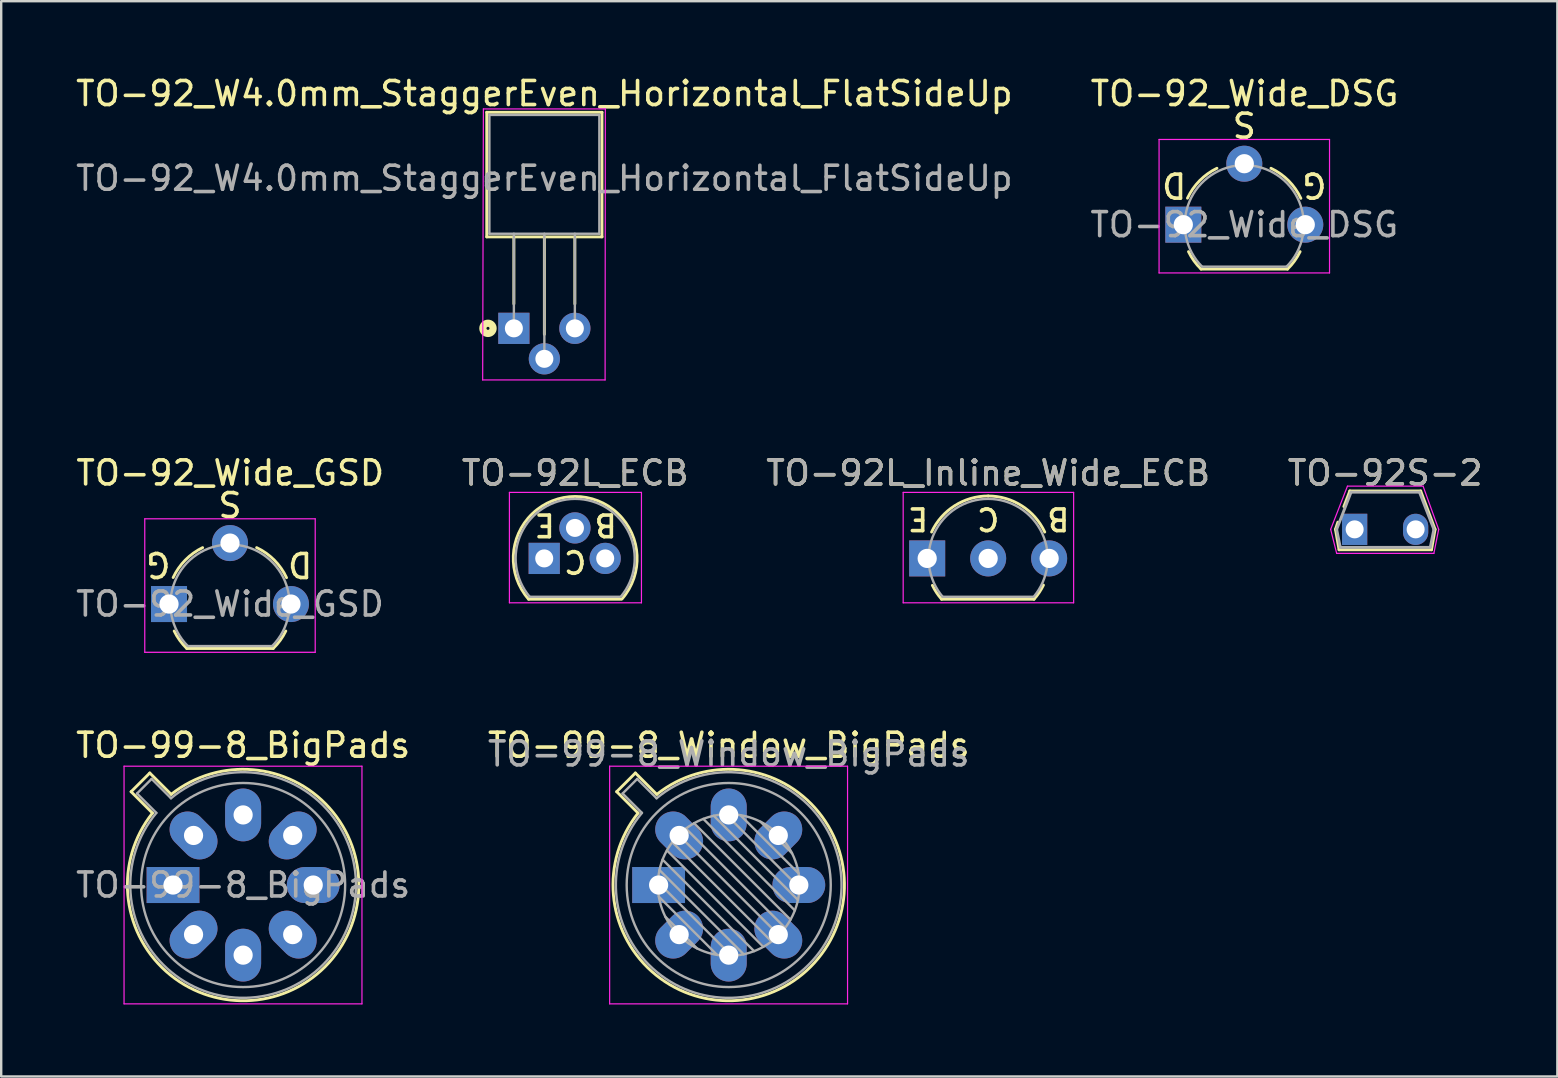
<source format=kicad_pcb>
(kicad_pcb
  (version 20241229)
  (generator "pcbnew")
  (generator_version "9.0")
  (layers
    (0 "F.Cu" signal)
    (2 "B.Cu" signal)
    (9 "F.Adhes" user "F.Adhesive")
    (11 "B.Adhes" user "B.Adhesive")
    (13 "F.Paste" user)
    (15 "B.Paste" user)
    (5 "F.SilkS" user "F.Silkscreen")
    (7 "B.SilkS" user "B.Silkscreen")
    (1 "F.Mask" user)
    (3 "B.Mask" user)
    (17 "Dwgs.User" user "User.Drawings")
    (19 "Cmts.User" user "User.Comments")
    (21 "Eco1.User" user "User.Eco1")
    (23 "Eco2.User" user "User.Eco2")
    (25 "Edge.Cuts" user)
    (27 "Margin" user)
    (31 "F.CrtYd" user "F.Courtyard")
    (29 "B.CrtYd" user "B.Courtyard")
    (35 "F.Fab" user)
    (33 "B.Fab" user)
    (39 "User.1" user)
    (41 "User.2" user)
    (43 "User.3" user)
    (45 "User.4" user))
  (footprint "TO-92_W4.0mm_StaggerEven_Horizontal_FlatSideUp"
    (layer "F.Cu")
    (at 18.355 10.627)
    (property "Reference" "TO-92_W4.0mm_StaggerEven_Horizontal_FlatSideUp" (at 1.27 -9.779 0) (layer "F.SilkS") (effects (font (size 1 1) (thickness 0.15))))
    (attr through_hole)
    (fp_line (start -1.13 -9) (end -1.13 -3.81) (stroke (width 0.12) (type solid)) (layer "F.SilkS"))
    (fp_line (start -1.13 -3.81) (end 3.67 -3.81) (stroke (width 0.12) (type solid)) (layer "F.SilkS"))
    (fp_line (start 0 -1.02) (end 0 -3.81) (stroke (width 0.12) (type solid)) (layer "F.SilkS"))
    (fp_line (start 1.27 0.25) (end 1.27 -3.81) (stroke (width 0.12) (type solid)) (layer "F.SilkS"))
    (fp_line (start 2.54 -1.02) (end 2.54 -3.81) (stroke (width 0.12) (type solid)) (layer "F.SilkS"))
    (fp_line (start 3.67 -9) (end -1.13 -9) (stroke (width 0.12) (type solid)) (layer "F.SilkS"))
    (fp_line (start 3.67 -3.81) (end 3.67 -9) (stroke (width 0.12) (type solid)) (layer "F.SilkS"))
    (fp_circle (center -1.079 0) (end -1.016 0) (stroke (width 0.3) (type solid)) (fill no) (layer "F.SilkS"))
    (fp_line (start -1.27 -9.14) (end -1.3 2.15) (stroke (width 0.05) (type solid)) (layer "F.CrtYd"))
    (fp_line (start -1.27 -9.14) (end 3.81 -9.14) (stroke (width 0.05) (type solid)) (layer "F.CrtYd"))
    (fp_line (start 3.8 2.15) (end -1.3 2.15) (stroke (width 0.05) (type solid)) (layer "F.CrtYd"))
    (fp_line (start 3.8 2.15) (end 3.81 -9.14) (stroke (width 0.05) (type solid)) (layer "F.CrtYd"))
    (fp_line (start -1.02 -8.89) (end -1.02 -3.94) (stroke (width 0.1) (type solid)) (layer "F.Fab"))
    (fp_line (start -1.02 -3.94) (end 3.56 -3.94) (stroke (width 0.1) (type solid)) (layer "F.Fab"))
    (fp_line (start 0 -3.94) (end 0 0) (stroke (width 0.1) (type solid)) (layer "F.Fab"))
    (fp_line (start 1.27 -3.94) (end 1.27 1.27) (stroke (width 0.1) (type solid)) (layer "F.Fab"))
    (fp_line (start 2.54 -3.94) (end 2.54 0) (stroke (width 0.1) (type solid)) (layer "F.Fab"))
    (fp_line (start 3.56 -8.89) (end -1.02 -8.89) (stroke (width 0.1) (type solid)) (layer "F.Fab"))
    (fp_line (start 3.56 -3.94) (end 3.56 -8.89) (stroke (width 0.1) (type solid)) (layer "F.Fab"))
    (fp_text user "${REFERENCE}" (at 1.27 -6.25 0) (layer "F.Fab") (effects (font (size 1 1) (thickness 0.15))))
    (pad "1" thru_hole rect (at 0 0 270) (size 1.3 1.3) (drill 0.75) (layers "*.Cu" "*.Mask"))
    (pad "2" thru_hole circle (at 1.27 1.27 270) (size 1.3 1.3) (drill 0.75) (layers "*.Cu" "*.Mask"))
    (pad "3" thru_hole circle (at 2.54 0 270) (size 1.3 1.3) (drill 0.75) (layers "*.Cu" "*.Mask")))
  (footprint "TO-99-8_Window_BigPads"
    (layer "F.Cu")
    (at 24.384 33.815)
    (property "Reference" "TO-99-8_Window_BigPads" (at 2.92 -5.82 0) (layer "F.SilkS") (effects (font (size 1 1) (thickness 0.15))))
    (attr through_hole)
    (fp_line (start -1.746 -3.888) (end -0.855 -2.997) (stroke (width 0.12) (type solid)) (layer "F.SilkS"))
    (fp_line (start -0.968 -4.666) (end -1.746 -3.888) (stroke (width 0.12) (type solid)) (layer "F.SilkS"))
    (fp_line (start -0.077 -3.775) (end -0.968 -4.666) (stroke (width 0.12) (type solid)) (layer "F.SilkS"))
    (fp_arc (start -0.077084 -3.774902) (mid 6.328125 3.408384) (end -0.854674 -2.997371) (stroke (width 0.12) (type solid)) (layer "F.SilkS"))
    (fp_line (start -2.04 -4.95) (end -2.04 4.95) (stroke (width 0.05) (type solid)) (layer "F.CrtYd"))
    (fp_line (start -2.04 4.95) (end 7.87 4.95) (stroke (width 0.05) (type solid)) (layer "F.CrtYd"))
    (fp_line (start 7.87 -4.95) (end -2.04 -4.95) (stroke (width 0.05) (type solid)) (layer "F.CrtYd"))
    (fp_line (start 7.87 4.95) (end 7.87 -4.95) (stroke (width 0.05) (type solid)) (layer "F.CrtYd"))
    (fp_line (start -1.5 -3.812) (end -0.694 -3.005) (stroke (width 0.1) (type solid)) (layer "F.Fab"))
    (fp_line (start -0.892 -4.42) (end -1.5 -3.812) (stroke (width 0.1) (type solid)) (layer "F.Fab"))
    (fp_line (start -0.085 -3.614) (end -0.892 -4.42) (stroke (width 0.1) (type solid)) (layer "F.Fab"))
    (fp_line (start -0.028 -0.12) (end 3.04 2.948) (stroke (width 0.1) (type solid)) (layer "F.Fab"))
    (fp_line (start 0.009 0.485) (end 2.435 2.911) (stroke (width 0.1) (type solid)) (layer "F.Fab"))
    (fp_line (start 0.036 -0.622) (end 3.542 2.884) (stroke (width 0.1) (type solid)) (layer "F.Fab"))
    (fp_line (start 0.165 -1.058) (end 3.978 2.755) (stroke (width 0.1) (type solid)) (layer "F.Fab"))
    (fp_line (start 0.283 1.324) (end 1.596 2.637) (stroke (width 0.1) (type solid)) (layer "F.Fab"))
    (fp_line (start 0.346 -1.443) (end 4.363 2.574) (stroke (width 0.1) (type solid)) (layer "F.Fab"))
    (fp_line (start 0.57 -1.784) (end 4.704 2.35) (stroke (width 0.1) (type solid)) (layer "F.Fab"))
    (fp_line (start 0.834 -2.086) (end 5.006 2.086) (stroke (width 0.1) (type solid)) (layer "F.Fab"))
    (fp_line (start 1.136 -2.35) (end 5.27 1.784) (stroke (width 0.1) (type solid)) (layer "F.Fab"))
    (fp_line (start 1.477 -2.574) (end 5.494 1.443) (stroke (width 0.1) (type solid)) (layer "F.Fab"))
    (fp_line (start 1.862 -2.755) (end 5.675 1.058) (stroke (width 0.1) (type solid)) (layer "F.Fab"))
    (fp_line (start 2.298 -2.884) (end 5.804 0.622) (stroke (width 0.1) (type solid)) (layer "F.Fab"))
    (fp_line (start 2.8 -2.948) (end 5.868 0.12) (stroke (width 0.1) (type solid)) (layer "F.Fab"))
    (fp_line (start 3.405 -2.911) (end 5.831 -0.485) (stroke (width 0.1) (type solid)) (layer "F.Fab"))
    (fp_line (start 4.244 -2.637) (end 5.557 -1.324) (stroke (width 0.1) (type solid)) (layer "F.Fab"))
    (fp_arc (start -0.085408 -3.61352) (mid 6.243443 3.323361) (end -0.693594 -3.005319) (stroke (width 0.1) (type solid)) (layer "F.Fab"))
    (fp_circle (center 2.92 0) (end 5.87 0) (stroke (width 0.1) (type solid)) (fill no) (layer "F.Fab"))
    (fp_circle (center 2.92 0) (end 7.17 0) (stroke (width 0.1) (type solid)) (fill no) (layer "F.Fab"))
    (fp_text user "${REFERENCE}" (at 2.92 -5.461 0) (layer "F.Fab") (effects (font (size 1 1) (thickness 0.15))))
    (pad "1" thru_hole rect (at 0 0) (size 2.2 1.5) (drill 0.8) (layers "*.Cu" "*.Mask"))
    (pad "2" thru_hole oval (at 0.855 2.065 45) (size 2.2 1.5) (drill 0.8) (layers "*.Cu" "*.Mask"))
    (pad "3" thru_hole oval (at 2.92 2.92) (size 1.5 2.2) (drill 0.8) (layers "*.Cu" "*.Mask"))
    (pad "4" thru_hole oval (at 4.985 2.065 45) (size 1.5 2.2) (drill 0.8) (layers "*.Cu" "*.Mask"))
    (pad "5" thru_hole oval (at 5.84 0) (size 2.2 1.5) (drill 0.8) (layers "*.Cu" "*.Mask"))
    (pad "6" thru_hole oval (at 4.985 -2.065 45) (size 2.2 1.5) (drill 0.8) (layers "*.Cu" "*.Mask"))
    (pad "7" thru_hole oval (at 2.92 -2.92) (size 1.5 2.2) (drill 0.8) (layers "*.Cu" "*.Mask"))
    (pad "8" thru_hole oval (at 0.855 -2.065 45) (size 1.5 2.2) (drill 0.8) (layers "*.Cu" "*.Mask")))
  (footprint "TO-92_Wide_GSD"
    (layer "F.Cu")
    (at 3.99 22.111)
    (property "Reference" "TO-92_Wide_GSD" (at 2.55 -5.461 0) (layer "F.SilkS") (effects (font (size 1 1) (thickness 0.15))))
    (fp_line (start 0.74 1.85) (end 4.34 1.85) (stroke (width 0.12) (type solid)) (layer "F.SilkS"))
    (fp_arc (start 0.172801 -1.103842) (mid 0.678995 -1.832692) (end 1.4 -2.35) (stroke (width 0.12) (type solid)) (layer "F.SilkS"))
    (fp_arc (start 0.74 1.85) (mid 0.446097 1.509328) (end 0.215816 1.122795) (stroke (width 0.12) (type solid)) (layer "F.SilkS"))
    (fp_arc (start 3.65 -2.35) (mid 4.382279 -1.833196) (end 4.895458 -1.098371) (stroke (width 0.12) (type solid)) (layer "F.SilkS"))
    (fp_arc (start 4.864184 1.122795) (mid 4.633903 1.509328) (end 4.34 1.85) (stroke (width 0.12) (type solid)) (layer "F.SilkS"))
    (fp_line (start -1.01 -3.55) (end -1.01 2.01) (stroke (width 0.05) (type solid)) (layer "F.CrtYd"))
    (fp_line (start -1.01 -3.55) (end 6.09 -3.55) (stroke (width 0.05) (type solid)) (layer "F.CrtYd"))
    (fp_line (start 6.09 2.01) (end -1.01 2.01) (stroke (width 0.05) (type solid)) (layer "F.CrtYd"))
    (fp_line (start 6.09 2.01) (end 6.09 -3.55) (stroke (width 0.05) (type solid)) (layer "F.CrtYd"))
    (fp_line (start 0.8 1.75) (end 4.3 1.75) (stroke (width 0.1) (type solid)) (layer "F.Fab"))
    (fp_arc (start 0.786375 1.753625) (mid 0.248779 -0.949055) (end 2.54 -2.48) (stroke (width 0.1) (type solid)) (layer "F.Fab"))
    (fp_arc (start 2.54 -2.48) (mid 4.831221 -0.949055) (end 4.293625 1.753625) (stroke (width 0.1) (type solid)) (layer "F.Fab"))
    (fp_text user "S" (at 2.54 -4.191 180) (unlocked yes) (layer "F.SilkS") (effects (font (size 1 1) (thickness 0.15))))
    (fp_text user "D" (at 5.461 -1.651 180) (unlocked yes) (layer "F.SilkS") (effects (font (size 1 1) (thickness 0.15))))
    (fp_text user "G" (at -0.445 -1.651 180) (unlocked yes) (layer "F.SilkS") (effects (font (size 1 1) (thickness 0.15))))
    (fp_text user "${REFERENCE}" (at 2.54 0 0) (layer "F.Fab") (effects (font (size 1 1) (thickness 0.15))))
    (pad "1" thru_hole rect (at 0 0 90) (size 1.5 1.5) (drill 0.8) (layers "*.Cu" "*.Mask"))
    (pad "2" thru_hole circle (at 2.54 -2.54 90) (size 1.5 1.5) (drill 0.8) (layers "*.Cu" "*.Mask"))
    (pad "3" thru_hole circle (at 5.08 0 90) (size 1.5 1.5) (drill 0.8) (layers "*.Cu" "*.Mask")))
  (footprint "TO-92_Wide_DSG"
    (layer "F.Cu")
    (at 46.24 6.309)
    (property "Reference" "TO-92_Wide_DSG" (at 2.55 -5.461 0) (layer "F.SilkS") (effects (font (size 1 1) (thickness 0.15))))
    (fp_line (start 0.74 1.85) (end 4.34 1.85) (stroke (width 0.12) (type solid)) (layer "F.SilkS"))
    (fp_arc (start 0.172801 -1.103842) (mid 0.678995 -1.832692) (end 1.4 -2.35) (stroke (width 0.12) (type solid)) (layer "F.SilkS"))
    (fp_arc (start 0.74 1.85) (mid 0.446097 1.509328) (end 0.215816 1.122795) (stroke (width 0.12) (type solid)) (layer "F.SilkS"))
    (fp_arc (start 3.65 -2.35) (mid 4.382279 -1.833196) (end 4.895458 -1.098371) (stroke (width 0.12) (type solid)) (layer "F.SilkS"))
    (fp_arc (start 4.864184 1.122795) (mid 4.633903 1.509328) (end 4.34 1.85) (stroke (width 0.12) (type solid)) (layer "F.SilkS"))
    (fp_line (start -1.01 -3.55) (end -1.01 2.01) (stroke (width 0.05) (type solid)) (layer "F.CrtYd"))
    (fp_line (start -1.01 -3.55) (end 6.09 -3.55) (stroke (width 0.05) (type solid)) (layer "F.CrtYd"))
    (fp_line (start 6.09 2.01) (end -1.01 2.01) (stroke (width 0.05) (type solid)) (layer "F.CrtYd"))
    (fp_line (start 6.09 2.01) (end 6.09 -3.55) (stroke (width 0.05) (type solid)) (layer "F.CrtYd"))
    (fp_line (start 0.8 1.75) (end 4.3 1.75) (stroke (width 0.1) (type solid)) (layer "F.Fab"))
    (fp_arc (start 0.786375 1.753625) (mid 0.248779 -0.949055) (end 2.54 -2.48) (stroke (width 0.1) (type solid)) (layer "F.Fab"))
    (fp_arc (start 2.54 -2.48) (mid 4.831221 -0.949055) (end 4.293625 1.753625) (stroke (width 0.1) (type solid)) (layer "F.Fab"))
    (fp_text user "G" (at 5.461 -1.651 180) (unlocked yes) (layer "F.SilkS") (effects (font (size 1 1) (thickness 0.15))))
    (fp_text user "S" (at 2.54 -4.191 180) (unlocked yes) (layer "F.SilkS") (effects (font (size 1 1) (thickness 0.15))))
    (fp_text user "D" (at -0.381 -1.651 180) (unlocked yes) (layer "F.SilkS") (effects (font (size 1 1) (thickness 0.15))))
    (fp_text user "${REFERENCE}" (at 2.54 0 0) (layer "F.Fab") (effects (font (size 1 1) (thickness 0.15))))
    (pad "1" thru_hole rect (at 0 0 90) (size 1.5 1.5) (drill 0.8) (layers "*.Cu" "*.Mask"))
    (pad "2" thru_hole circle (at 2.54 -2.54 90) (size 1.5 1.5) (drill 0.8) (layers "*.Cu" "*.Mask"))
    (pad "3" thru_hole circle (at 5.08 0 90) (size 1.5 1.5) (drill 0.8) (layers "*.Cu" "*.Mask")))
  (footprint "TO-99-8_BigPads"
    (layer "F.Cu")
    (at 4.157 33.815)
    (property "Reference" "TO-99-8_BigPads" (at 2.92 -5.82 0) (layer "F.SilkS") (effects (font (size 1 1) (thickness 0.15))))
    (attr through_hole)
    (fp_line (start -1.746 -3.888) (end -0.855 -2.997) (stroke (width 0.12) (type solid)) (layer "F.SilkS"))
    (fp_line (start -0.968 -4.666) (end -1.746 -3.888) (stroke (width 0.12) (type solid)) (layer "F.SilkS"))
    (fp_line (start -0.077 -3.775) (end -0.968 -4.666) (stroke (width 0.12) (type solid)) (layer "F.SilkS"))
    (fp_arc (start -0.077084 -3.774902) (mid 6.328125 3.408384) (end -0.854674 -2.997371) (stroke (width 0.12) (type solid)) (layer "F.SilkS"))
    (fp_line (start -2.04 -4.95) (end -2.04 4.95) (stroke (width 0.05) (type solid)) (layer "F.CrtYd"))
    (fp_line (start -2.04 4.95) (end 7.87 4.95) (stroke (width 0.05) (type solid)) (layer "F.CrtYd"))
    (fp_line (start 7.87 -4.95) (end -2.04 -4.95) (stroke (width 0.05) (type solid)) (layer "F.CrtYd"))
    (fp_line (start 7.87 4.95) (end 7.87 -4.95) (stroke (width 0.05) (type solid)) (layer "F.CrtYd"))
    (fp_line (start -1.5 -3.812) (end -0.694 -3.005) (stroke (width 0.1) (type solid)) (layer "F.Fab"))
    (fp_line (start -0.892 -4.42) (end -1.5 -3.812) (stroke (width 0.1) (type solid)) (layer "F.Fab"))
    (fp_line (start -0.085 -3.614) (end -0.892 -4.42) (stroke (width 0.1) (type solid)) (layer "F.Fab"))
    (fp_arc (start -0.085408 -3.61352) (mid 6.243443 3.323361) (end -0.693594 -3.005319) (stroke (width 0.1) (type solid)) (layer "F.Fab"))
    (fp_circle (center 2.92 0) (end 7.17 0) (stroke (width 0.1) (type solid)) (fill no) (layer "F.Fab"))
    (fp_text user "${REFERENCE}" (at 2.92 0 0) (layer "F.Fab") (effects (font (size 1 1) (thickness 0.15))))
    (pad "1" thru_hole rect (at 0 0) (size 2.2 1.5) (drill 0.8) (layers "*.Cu" "*.Mask"))
    (pad "2" thru_hole oval (at 0.855 2.065 45) (size 2.2 1.5) (drill 0.8) (layers "*.Cu" "*.Mask"))
    (pad "3" thru_hole oval (at 2.92 2.92) (size 1.5 2.2) (drill 0.8) (layers "*.Cu" "*.Mask"))
    (pad "4" thru_hole oval (at 4.985 2.065 45) (size 1.5 2.2) (drill 0.8) (layers "*.Cu" "*.Mask"))
    (pad "5" thru_hole oval (at 5.84 0) (size 2.2 1.5) (drill 0.8) (layers "*.Cu" "*.Mask"))
    (pad "6" thru_hole oval (at 4.985 -2.065 45) (size 2.2 1.5) (drill 0.8) (layers "*.Cu" "*.Mask"))
    (pad "7" thru_hole oval (at 2.92 -2.92) (size 1.5 2.2) (drill 0.8) (layers "*.Cu" "*.Mask"))
    (pad "8" thru_hole oval (at 0.855 -2.065 45) (size 1.5 2.2) (drill 0.8) (layers "*.Cu" "*.Mask")))
  (footprint "TO-92S-2"
    (layer "F.Cu")
    (at 53.377 19)
    (property "Reference" "TO-92S-2" (at 1.27 -2.35 0) (layer "F.SilkS") (effects (font (size 1 1) (thickness 0.15))))
    (attr through_hole)
    (fp_line (start -0.8 0) (end -0.65 0.85) (stroke (width 0.12) (type solid)) (layer "F.SilkS"))
    (fp_line (start -0.7 -0.3) (end -0.8 0) (stroke (width 0.12) (type solid)) (layer "F.SilkS"))
    (fp_line (start -0.65 0.85) (end 3.2 0.85) (stroke (width 0.12) (type solid)) (layer "F.SilkS"))
    (fp_line (start -0.2 -1.6) (end -0.45 -0.95) (stroke (width 0.12) (type solid)) (layer "F.SilkS"))
    (fp_line (start 2.75 -1.6) (end -0.2 -1.6) (stroke (width 0.12) (type solid)) (layer "F.SilkS"))
    (fp_line (start 3.2 0.85) (end 3.35 0) (stroke (width 0.12) (type solid)) (layer "F.SilkS"))
    (fp_line (start 3.35 0) (end 2.75 -1.6) (stroke (width 0.12) (type solid)) (layer "F.SilkS"))
    (fp_line (start -1 0) (end -0.75 1) (stroke (width 0.05) (type solid)) (layer "F.CrtYd"))
    (fp_line (start -0.75 1) (end 3.3 1) (stroke (width 0.05) (type solid)) (layer "F.CrtYd"))
    (fp_line (start -0.3 -1.8) (end -1 0) (stroke (width 0.05) (type solid)) (layer "F.CrtYd"))
    (fp_line (start 2.85 -1.8) (end -0.3 -1.8) (stroke (width 0.05) (type solid)) (layer "F.CrtYd"))
    (fp_line (start 3.3 1) (end 3.5 0) (stroke (width 0.05) (type solid)) (layer "F.CrtYd"))
    (fp_line (start 3.5 0) (end 2.85 -1.8) (stroke (width 0.05) (type solid)) (layer "F.CrtYd"))
    (fp_line (start -0.75 0) (end -0.15 -1.55) (stroke (width 0.12) (type solid)) (layer "F.Fab"))
    (fp_line (start -0.6 0.75) (end -0.75 0) (stroke (width 0.12) (type solid)) (layer "F.Fab"))
    (fp_line (start -0.6 0.75) (end 3.15 0.75) (stroke (width 0.12) (type solid)) (layer "F.Fab"))
    (fp_line (start -0.15 -1.55) (end 2.7 -1.55) (stroke (width 0.12) (type solid)) (layer "F.Fab"))
    (fp_line (start 3.15 0.75) (end 3.3 0) (stroke (width 0.12) (type solid)) (layer "F.Fab"))
    (fp_line (start 3.3 0) (end 2.7 -1.55) (stroke (width 0.12) (type solid)) (layer "F.Fab"))
    (fp_text user "${REFERENCE}" (at 1.27 -2.35 0) (layer "F.Fab") (effects (font (size 1 1) (thickness 0.15))))
    (pad "1" thru_hole rect (at 0 0 180) (size 1.05 1.3) (drill 0.75) (layers "*.Cu" "*.Mask"))
    (pad "2" thru_hole oval (at 2.54 0 180) (size 1.05 1.3) (drill 0.75) (layers "*.Cu" "*.Mask")))
  (footprint "TO-92L_ECB"
    (layer "F.Cu")
    (at 19.619 20.21)
    (property "Reference" "TO-92L_ECB" (at 1.29 -3.56 0) (layer "F.SilkS") (effects (font (size 1 1) (thickness 0.15))))
    (fp_line (start -0.65 1.7) (end 3.2 1.7) (stroke (width 0.12) (type solid)) (layer "F.SilkS"))
    (fp_arc (start -0.65 1.7) (mid 1.283448 -2.579449) (end 3.238611 1.690122) (stroke (width 0.12) (type solid)) (layer "F.SilkS"))
    (fp_line (start -1.45 -2.75) (end -1.45 1.85) (stroke (width 0.05) (type solid)) (layer "F.CrtYd"))
    (fp_line (start -1.45 -2.75) (end 4.05 -2.75) (stroke (width 0.05) (type solid)) (layer "F.CrtYd"))
    (fp_line (start 4.05 1.85) (end -1.45 1.85) (stroke (width 0.05) (type solid)) (layer "F.CrtYd"))
    (fp_line (start 4.05 1.85) (end 4.05 -2.75) (stroke (width 0.05) (type solid)) (layer "F.CrtYd"))
    (fp_line (start -0.6 1.6) (end 3.15 1.6) (stroke (width 0.1) (type solid)) (layer "F.Fab"))
    (fp_arc (start -0.602818 1.602385) (mid -0.959924 -1.043188) (end 1.29 -2.48) (stroke (width 0.1) (type solid)) (layer "F.Fab"))
    (fp_arc (start 1.29 -2.48) (mid 3.537211 -1.049019) (end 3.191103 1.592547) (stroke (width 0.1) (type solid)) (layer "F.Fab"))
    (fp_text user "B" (at 2.56 -1.397 180) (unlocked yes) (layer "F.SilkS") (effects (font (size 0.9 0.9) (thickness 0.15))))
    (fp_text user "E" (at 0.02 -1.397 180) (unlocked yes) (layer "F.SilkS") (effects (font (size 0.9 0.9) (thickness 0.15))))
    (fp_text user "C" (at 1.29 0.127 180) (unlocked yes) (layer "F.SilkS") (effects (font (size 0.9 0.9) (thickness 0.15))))
    (fp_text user "${REFERENCE}" (at 1.29 -3.56 0) (layer "F.Fab") (effects (font (size 1 1) (thickness 0.15))))
    (pad "1" thru_hole rect (at 0 0 90) (size 1.3 1.3) (drill 0.75) (layers "*.Cu" "*.Mask"))
    (pad "2" thru_hole circle (at 1.28 -1.27 90) (size 1.3 1.3) (drill 0.75) (layers "*.Cu" "*.Mask"))
    (pad "3" thru_hole circle (at 2.54 0 90) (size 1.3 1.3) (drill 0.75) (layers "*.Cu" "*.Mask")))
  (footprint "TO-92L_Inline_Wide_ECB"
    (layer "F.Cu")
    (at 35.571 20.21)
    (property "Reference" "TO-92L_Inline_Wide_ECB" (at 2.54 -3.56 0) (layer "F.SilkS") (effects (font (size 1 1) (thickness 0.15))))
    (fp_line (start 0.6 1.7) (end 4.45 1.7) (stroke (width 0.12) (type solid)) (layer "F.SilkS"))
    (fp_arc (start 0.1836 -1.098807) (mid 1.143021 -2.192817) (end 2.54 -2.6) (stroke (width 0.12) (type solid)) (layer "F.SilkS"))
    (fp_arc (start 0.6 1.7) (mid 0.389183 1.423933) (end 0.217369 1.122045) (stroke (width 0.12) (type solid)) (layer "F.SilkS"))
    (fp_arc (start 2.54 -2.6) (mid 3.936979 -2.192818) (end 4.8964 -1.098807) (stroke (width 0.12) (type solid)) (layer "F.SilkS"))
    (fp_arc (start 4.842383 1.112264) (mid 4.666594 1.419753) (end 4.45 1.7) (stroke (width 0.12) (type solid)) (layer "F.SilkS"))
    (fp_line (start -1 -2.75) (end -1 1.85) (stroke (width 0.05) (type solid)) (layer "F.CrtYd"))
    (fp_line (start -1 -2.75) (end 6.1 -2.75) (stroke (width 0.05) (type solid)) (layer "F.CrtYd"))
    (fp_line (start 6.1 1.85) (end -1 1.85) (stroke (width 0.05) (type solid)) (layer "F.CrtYd"))
    (fp_line (start 6.1 1.85) (end 6.1 -2.75) (stroke (width 0.05) (type solid)) (layer "F.CrtYd"))
    (fp_line (start 0.65 1.6) (end 4.4 1.6) (stroke (width 0.1) (type solid)) (layer "F.Fab"))
    (fp_arc (start 0.647182 1.602385) (mid 0.290076 -1.043188) (end 2.54 -2.48) (stroke (width 0.1) (type solid)) (layer "F.Fab"))
    (fp_arc (start 2.54 -2.48) (mid 4.787211 -1.049019) (end 4.441103 1.592547) (stroke (width 0.1) (type solid)) (layer "F.Fab"))
    (fp_text user "C" (at 2.54 -1.651 180) (unlocked yes) (layer "F.SilkS") (effects (font (size 0.9 0.9) (thickness 0.15))))
    (fp_text user "B" (at 5.461 -1.651 180) (unlocked yes) (layer "F.SilkS") (effects (font (size 0.9 0.9) (thickness 0.15))))
    (fp_text user "E" (at -0.381 -1.651 180) (unlocked yes) (layer "F.SilkS") (effects (font (size 0.9 0.9) (thickness 0.15))))
    (fp_text user "${REFERENCE}" (at 2.54 -3.56 0) (layer "F.Fab") (effects (font (size 1 1) (thickness 0.15))))
    (pad "1" thru_hole rect (at 0 0 90) (size 1.5 1.5) (drill 0.8) (layers "*.Cu" "*.Mask"))
    (pad "2" thru_hole circle (at 2.54 0 90) (size 1.5 1.5) (drill 0.8) (layers "*.Cu" "*.Mask"))
    (pad "3" thru_hole circle (at 5.08 0 90) (size 1.5 1.5) (drill 0.8) (layers "*.Cu" "*.Mask")))
  (gr_rect
    (start -3 -3)
    (end 61.82 41.79)
    (stroke (width 0.1) (type default))
    (fill no)
    (layer "Edge.Cuts")))
</source>
